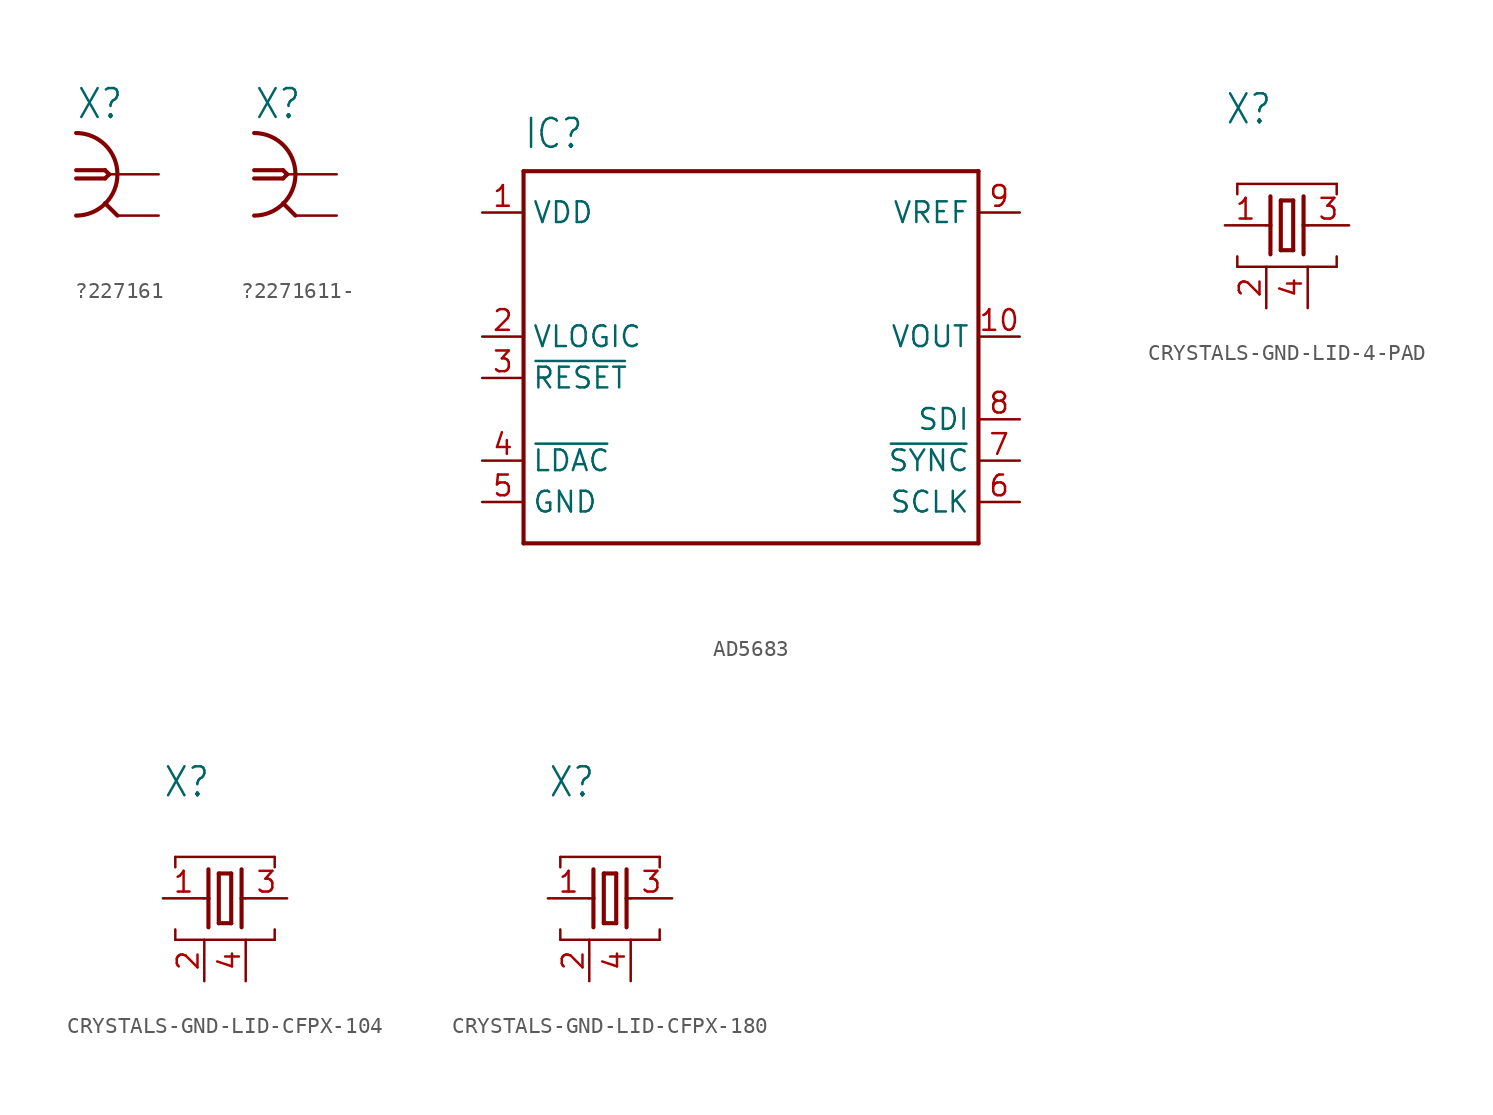
<source format=kicad_sym>
(kicad_symbol_lib
  (version 20220914)
  (generator kicad_symbol_editor)
  (symbol "?227161"
    (property "Reference" "X"
      (at -2.54 3.302 0)
      (effects (font (size 1.778 1.511)) (justify left bottom)))
    (property "Value" ""
      (at -2.54 -5.08 0)
      (effects (font (size 1.778 1.511)) (justify left bottom)))
    (property "ki_locked" ""
      (at 0 0 0)
      (effects (font (size 1.27 1.27))))
    (symbol "?227161_1_0"
      (arc (start -2.54 -2.54) (mid 0 0) (end -2.54 2.54) (stroke (width 0.254) (type solid)) (fill (type none)))
      (polyline (pts (xy -2.54 0.254) (xy -0.762 0.254)) (stroke (width 0.254) (type solid)) (fill (type none)))
      (polyline (pts (xy -0.762 -0.254) (xy -2.54 -0.254)) (stroke (width 0.254) (type solid)) (fill (type none)))
      (polyline (pts (xy -0.762 0.254) (xy -0.508 0)) (stroke (width 0.254) (type solid)) (fill (type none)))
      (polyline (pts (xy -0.508 0) (xy -0.762 -0.254)) (stroke (width 0.254) (type solid)) (fill (type none)))
      (polyline (pts (xy 0 -2.54) (xy -0.762 -1.778)) (stroke (width 0.254) (type solid)) (fill (type none)))
      (polyline (pts (xy 0 0) (xy -0.508 0)) (stroke (width 0.152) (type solid)) (fill (type none)))
      (pin passive line (at 2.54 0 180) (length 2.54) (name "1" (effects (font (size 0 0)))) (number "1" (effects (font (size 0 0)))))
      (pin passive line (at 2.54 -2.54 180) (length 2.54) (name "2" (effects (font (size 0 0)))) (number "2" (effects (font (size 0 0)))))))
  (symbol "?2271611-"
    (property "Reference" "X"
      (at -2.54 3.302 0)
      (effects (font (size 1.778 1.511)) (justify left bottom)))
    (property "Value" ""
      (at -2.54 -5.08 0)
      (effects (font (size 1.778 1.511)) (justify left bottom)))
    (property "ki_locked" ""
      (at 0 0 0)
      (effects (font (size 1.27 1.27))))
    (symbol "?2271611-_1_0"
      (arc (start -2.54 -2.54) (mid 0 0) (end -2.54 2.54) (stroke (width 0.254) (type solid)) (fill (type none)))
      (polyline (pts (xy -2.54 0.254) (xy -0.762 0.254)) (stroke (width 0.254) (type solid)) (fill (type none)))
      (polyline (pts (xy -0.762 -0.254) (xy -2.54 -0.254)) (stroke (width 0.254) (type solid)) (fill (type none)))
      (polyline (pts (xy -0.762 0.254) (xy -0.508 0)) (stroke (width 0.254) (type solid)) (fill (type none)))
      (polyline (pts (xy -0.508 0) (xy -0.762 -0.254)) (stroke (width 0.254) (type solid)) (fill (type none)))
      (polyline (pts (xy 0 -2.54) (xy -0.762 -1.778)) (stroke (width 0.254) (type solid)) (fill (type none)))
      (polyline (pts (xy 0 0) (xy -0.508 0)) (stroke (width 0.152) (type solid)) (fill (type none)))
      (pin passive line (at 2.54 0 180) (length 2.54) (name "1" (effects (font (size 0 0)))) (number "1" (effects (font (size 0 0)))))
      (pin passive line (at 2.54 -2.54 180) (length 2.54) (name "2" (effects (font (size 0 0)))) (number "2" (effects (font (size 0 0)))))))
  (symbol "AD5683"
    (property "Reference" "IC"
      (at -12.7 11.43 0)
      (effects (font (size 1.778 1.511)) (justify left bottom)))
    (property "Value" ""
      (at -12.7 -15.24 0)
      (effects (font (size 1.778 1.511)) (justify left bottom)))
    (property "ki_locked" ""
      (at 0 0 0)
      (effects (font (size 1.27 1.27))))
    (symbol "AD5683_1_0"
      (polyline (pts (xy -12.7 -12.7) (xy -12.7 10.16)) (stroke (width 0.254) (type solid)) (fill (type none)))
      (polyline (pts (xy -12.7 10.16) (xy 15.24 10.16)) (stroke (width 0.254) (type solid)) (fill (type none)))
      (polyline (pts (xy 15.24 -12.7) (xy -12.7 -12.7)) (stroke (width 0.254) (type solid)) (fill (type none)))
      (polyline (pts (xy 15.24 10.16) (xy 15.24 -12.7)) (stroke (width 0.254) (type solid)) (fill (type none)))
      (pin power_in line (at -15.24 7.62 0) (length 2.54) (name "VDD" (effects (font (size 1.27 1.27)))) (number "1" (effects (font (size 1.27 1.27)))))
      (pin output line (at 17.78 0 180) (length 2.54) (name "VOUT" (effects (font (size 1.27 1.27)))) (number "10" (effects (font (size 1.27 1.27)))))
      (pin bidirectional line (at -15.24 0 0) (length 2.54) (name "VLOGIC" (effects (font (size 1.27 1.27)))) (number "2" (effects (font (size 1.27 1.27)))))
      (pin bidirectional line (at -15.24 -2.54 0) (length 2.54) (name "~{RESET}" (effects (font (size 1.27 1.27)))) (number "3" (effects (font (size 1.27 1.27)))))
      (pin output line (at -15.24 -7.62 0) (length 2.54) (name "~{LDAC}" (effects (font (size 1.27 1.27)))) (number "4" (effects (font (size 1.27 1.27)))))
      (pin power_in line (at -15.24 -10.16 0) (length 2.54) (name "GND" (effects (font (size 1.27 1.27)))) (number "5" (effects (font (size 1.27 1.27)))))
      (pin passive line (at 17.78 -10.16 180) (length 2.54) (name "SCLK" (effects (font (size 1.27 1.27)))) (number "6" (effects (font (size 1.27 1.27)))))
      (pin passive line (at 17.78 -7.62 180) (length 2.54) (name "~{SYNC}" (effects (font (size 1.27 1.27)))) (number "7" (effects (font (size 1.27 1.27)))))
      (pin passive line (at 17.78 -5.08 180) (length 2.54) (name "SDI" (effects (font (size 1.27 1.27)))) (number "8" (effects (font (size 1.27 1.27)))))
      (pin input line (at 17.78 7.62 180) (length 2.54) (name "VREF" (effects (font (size 1.27 1.27)))) (number "9" (effects (font (size 1.27 1.27)))))))
  (symbol "CRYSTALS-GND-LID-4-PAD"
    (property "Reference" "X"
      (at -2.54 6.096 0)
      (effects (font (size 1.778 1.511)) (justify left bottom)))
    (property "Value" ""
      (at -2.54 3.81 0)
      (effects (font (size 1.778 1.511)) (justify left bottom)))
    (property "ki_locked" ""
      (at 0 0 0)
      (effects (font (size 1.27 1.27))))
    (symbol "CRYSTALS-GND-LID-4-PAD_1_0"
      (polyline (pts (xy -1.778 -2.54) (xy -1.778 -1.905)) (stroke (width 0.152) (type solid)) (fill (type none)))
      (polyline (pts (xy -1.778 -2.54) (xy 4.318 -2.54)) (stroke (width 0.152) (type solid)) (fill (type none)))
      (polyline (pts (xy -1.778 1.905) (xy -1.778 2.54)) (stroke (width 0.152) (type solid)) (fill (type none)))
      (polyline (pts (xy -1.778 2.54) (xy 4.318 2.54)) (stroke (width 0.152) (type solid)) (fill (type none)))
      (polyline (pts (xy 0 0) (xy 0.254 0)) (stroke (width 0.152) (type solid)) (fill (type none)))
      (polyline (pts (xy 0.254 0) (xy 0.254 -1.778)) (stroke (width 0.254) (type solid)) (fill (type none)))
      (polyline (pts (xy 0.254 1.778) (xy 0.254 0)) (stroke (width 0.254) (type solid)) (fill (type none)))
      (polyline (pts (xy 0.889 -1.524) (xy 1.651 -1.524)) (stroke (width 0.254) (type solid)) (fill (type none)))
      (polyline (pts (xy 0.889 1.524) (xy 0.889 -1.524)) (stroke (width 0.254) (type solid)) (fill (type none)))
      (polyline (pts (xy 1.651 -1.524) (xy 1.651 1.524)) (stroke (width 0.254) (type solid)) (fill (type none)))
      (polyline (pts (xy 1.651 1.524) (xy 0.889 1.524)) (stroke (width 0.254) (type solid)) (fill (type none)))
      (polyline (pts (xy 2.286 0) (xy 2.286 -1.778)) (stroke (width 0.254) (type solid)) (fill (type none)))
      (polyline (pts (xy 2.286 0) (xy 2.54 0)) (stroke (width 0.152) (type solid)) (fill (type none)))
      (polyline (pts (xy 2.286 1.778) (xy 2.286 0)) (stroke (width 0.254) (type solid)) (fill (type none)))
      (polyline (pts (xy 4.318 -1.905) (xy 4.318 -2.54)) (stroke (width 0.152) (type solid)) (fill (type none)))
      (polyline (pts (xy 4.318 2.54) (xy 4.318 1.905)) (stroke (width 0.152) (type solid)) (fill (type none)))
      (pin passive line (at -2.54 0 0) (length 2.54) (name "1" (effects (font (size 0 0)))) (number "1" (effects (font (size 1.27 1.27)))))
      (pin passive line (at 0 -5.08 90) (length 2.54) (name "2" (effects (font (size 0 0)))) (number "2" (effects (font (size 1.27 1.27)))))
      (pin passive line (at 5.08 0 180) (length 2.54) (name "3" (effects (font (size 0 0)))) (number "3" (effects (font (size 1.27 1.27)))))
      (pin passive line (at 2.54 -5.08 90) (length 2.54) (name "4" (effects (font (size 0 0)))) (number "4" (effects (font (size 1.27 1.27)))))))
  (symbol "CRYSTALS-GND-LID-CFPX-104"
    (property "Reference" "X"
      (at -2.54 6.096 0)
      (effects (font (size 1.778 1.511)) (justify left bottom)))
    (property "Value" ""
      (at -2.54 3.81 0)
      (effects (font (size 1.778 1.511)) (justify left bottom)))
    (property "ki_locked" ""
      (at 0 0 0)
      (effects (font (size 1.27 1.27))))
    (symbol "CRYSTALS-GND-LID-CFPX-104_1_0"
      (polyline (pts (xy -1.778 -2.54) (xy -1.778 -1.905)) (stroke (width 0.152) (type solid)) (fill (type none)))
      (polyline (pts (xy -1.778 -2.54) (xy 4.318 -2.54)) (stroke (width 0.152) (type solid)) (fill (type none)))
      (polyline (pts (xy -1.778 1.905) (xy -1.778 2.54)) (stroke (width 0.152) (type solid)) (fill (type none)))
      (polyline (pts (xy -1.778 2.54) (xy 4.318 2.54)) (stroke (width 0.152) (type solid)) (fill (type none)))
      (polyline (pts (xy 0 0) (xy 0.254 0)) (stroke (width 0.152) (type solid)) (fill (type none)))
      (polyline (pts (xy 0.254 0) (xy 0.254 -1.778)) (stroke (width 0.254) (type solid)) (fill (type none)))
      (polyline (pts (xy 0.254 1.778) (xy 0.254 0)) (stroke (width 0.254) (type solid)) (fill (type none)))
      (polyline (pts (xy 0.889 -1.524) (xy 1.651 -1.524)) (stroke (width 0.254) (type solid)) (fill (type none)))
      (polyline (pts (xy 0.889 1.524) (xy 0.889 -1.524)) (stroke (width 0.254) (type solid)) (fill (type none)))
      (polyline (pts (xy 1.651 -1.524) (xy 1.651 1.524)) (stroke (width 0.254) (type solid)) (fill (type none)))
      (polyline (pts (xy 1.651 1.524) (xy 0.889 1.524)) (stroke (width 0.254) (type solid)) (fill (type none)))
      (polyline (pts (xy 2.286 0) (xy 2.286 -1.778)) (stroke (width 0.254) (type solid)) (fill (type none)))
      (polyline (pts (xy 2.286 0) (xy 2.54 0)) (stroke (width 0.152) (type solid)) (fill (type none)))
      (polyline (pts (xy 2.286 1.778) (xy 2.286 0)) (stroke (width 0.254) (type solid)) (fill (type none)))
      (polyline (pts (xy 4.318 -1.905) (xy 4.318 -2.54)) (stroke (width 0.152) (type solid)) (fill (type none)))
      (polyline (pts (xy 4.318 2.54) (xy 4.318 1.905)) (stroke (width 0.152) (type solid)) (fill (type none)))
      (pin passive line (at -2.54 0 0) (length 2.54) (name "1" (effects (font (size 0 0)))) (number "1" (effects (font (size 1.27 1.27)))))
      (pin passive line (at 0 -5.08 90) (length 2.54) (name "2" (effects (font (size 0 0)))) (number "2" (effects (font (size 1.27 1.27)))))
      (pin passive line (at 5.08 0 180) (length 2.54) (name "3" (effects (font (size 0 0)))) (number "3" (effects (font (size 1.27 1.27)))))
      (pin passive line (at 2.54 -5.08 90) (length 2.54) (name "4" (effects (font (size 0 0)))) (number "4" (effects (font (size 1.27 1.27)))))))
  (symbol "CRYSTALS-GND-LID-CFPX-180"
    (property "Reference" "X"
      (at -2.54 6.096 0)
      (effects (font (size 1.778 1.511)) (justify left bottom)))
    (property "Value" ""
      (at -2.54 3.81 0)
      (effects (font (size 1.778 1.511)) (justify left bottom)))
    (property "ki_locked" ""
      (at 0 0 0)
      (effects (font (size 1.27 1.27))))
    (symbol "CRYSTALS-GND-LID-CFPX-180_1_0"
      (polyline (pts (xy -1.778 -2.54) (xy -1.778 -1.905)) (stroke (width 0.152) (type solid)) (fill (type none)))
      (polyline (pts (xy -1.778 -2.54) (xy 4.318 -2.54)) (stroke (width 0.152) (type solid)) (fill (type none)))
      (polyline (pts (xy -1.778 1.905) (xy -1.778 2.54)) (stroke (width 0.152) (type solid)) (fill (type none)))
      (polyline (pts (xy -1.778 2.54) (xy 4.318 2.54)) (stroke (width 0.152) (type solid)) (fill (type none)))
      (polyline (pts (xy 0 0) (xy 0.254 0)) (stroke (width 0.152) (type solid)) (fill (type none)))
      (polyline (pts (xy 0.254 0) (xy 0.254 -1.778)) (stroke (width 0.254) (type solid)) (fill (type none)))
      (polyline (pts (xy 0.254 1.778) (xy 0.254 0)) (stroke (width 0.254) (type solid)) (fill (type none)))
      (polyline (pts (xy 0.889 -1.524) (xy 1.651 -1.524)) (stroke (width 0.254) (type solid)) (fill (type none)))
      (polyline (pts (xy 0.889 1.524) (xy 0.889 -1.524)) (stroke (width 0.254) (type solid)) (fill (type none)))
      (polyline (pts (xy 1.651 -1.524) (xy 1.651 1.524)) (stroke (width 0.254) (type solid)) (fill (type none)))
      (polyline (pts (xy 1.651 1.524) (xy 0.889 1.524)) (stroke (width 0.254) (type solid)) (fill (type none)))
      (polyline (pts (xy 2.286 0) (xy 2.286 -1.778)) (stroke (width 0.254) (type solid)) (fill (type none)))
      (polyline (pts (xy 2.286 0) (xy 2.54 0)) (stroke (width 0.152) (type solid)) (fill (type none)))
      (polyline (pts (xy 2.286 1.778) (xy 2.286 0)) (stroke (width 0.254) (type solid)) (fill (type none)))
      (polyline (pts (xy 4.318 -1.905) (xy 4.318 -2.54)) (stroke (width 0.152) (type solid)) (fill (type none)))
      (polyline (pts (xy 4.318 2.54) (xy 4.318 1.905)) (stroke (width 0.152) (type solid)) (fill (type none)))
      (pin passive line (at -2.54 0 0) (length 2.54) (name "1" (effects (font (size 0 0)))) (number "1" (effects (font (size 1.27 1.27)))))
      (pin passive line (at 0 -5.08 90) (length 2.54) (name "2" (effects (font (size 0 0)))) (number "2" (effects (font (size 1.27 1.27)))))
      (pin passive line (at 5.08 0 180) (length 2.54) (name "3" (effects (font (size 0 0)))) (number "3" (effects (font (size 1.27 1.27)))))
      (pin passive line (at 2.54 -5.08 90) (length 2.54) (name "4" (effects (font (size 0 0)))) (number "4" (effects (font (size 1.27 1.27))))))))
</source>
